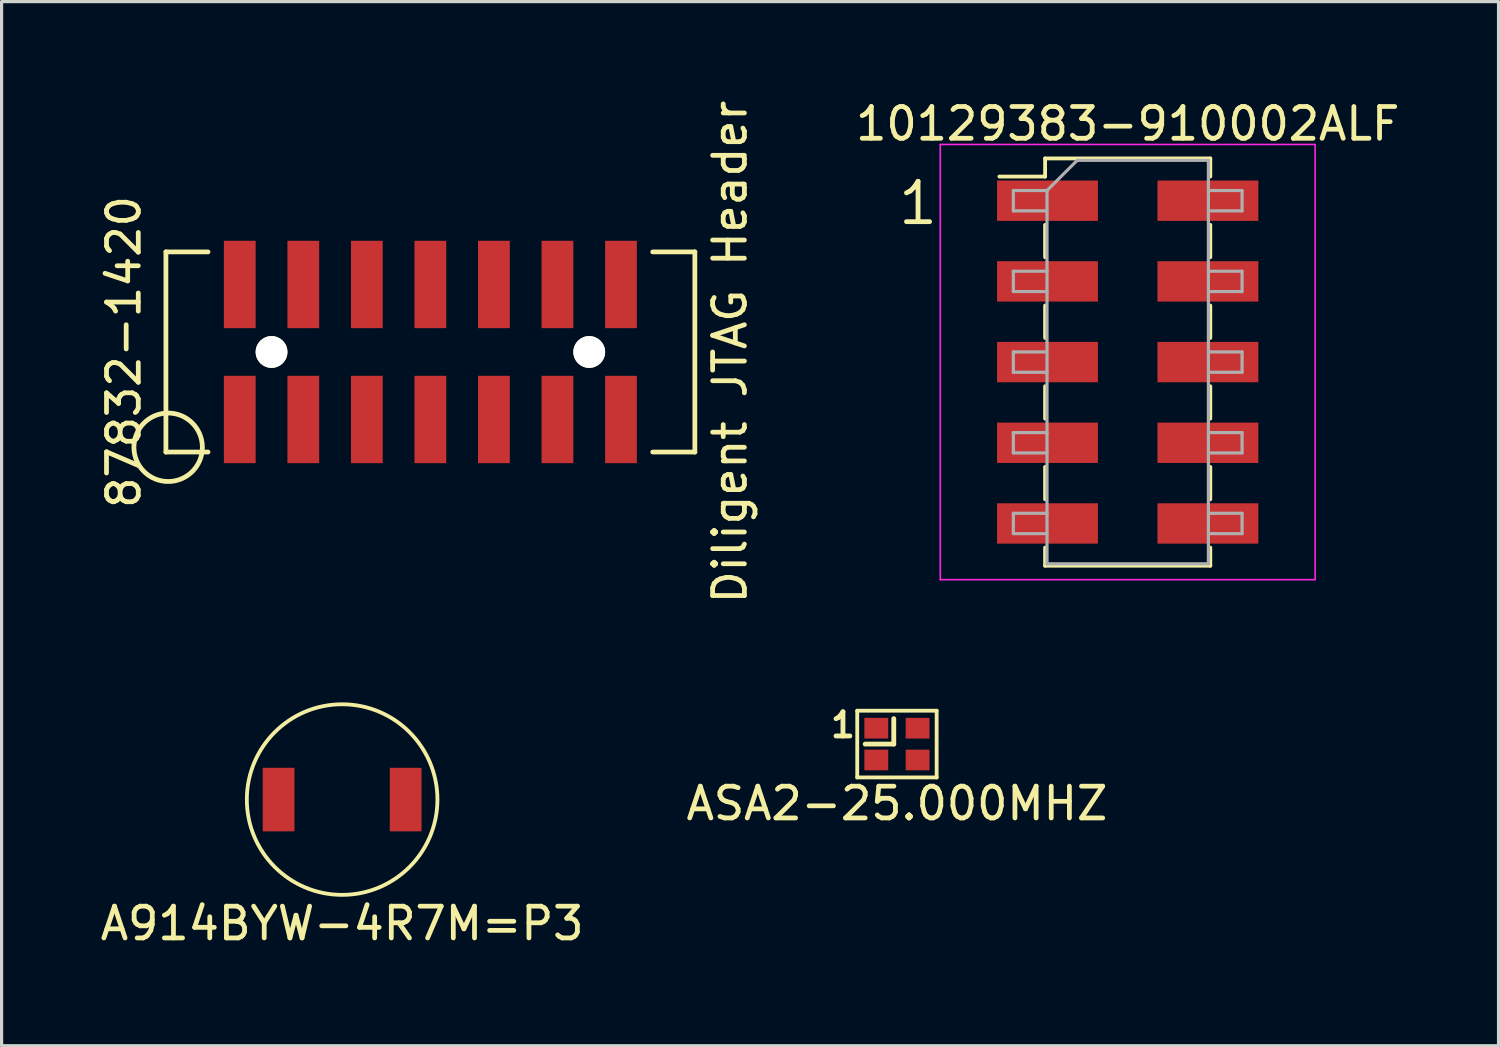
<source format=kicad_pcb>
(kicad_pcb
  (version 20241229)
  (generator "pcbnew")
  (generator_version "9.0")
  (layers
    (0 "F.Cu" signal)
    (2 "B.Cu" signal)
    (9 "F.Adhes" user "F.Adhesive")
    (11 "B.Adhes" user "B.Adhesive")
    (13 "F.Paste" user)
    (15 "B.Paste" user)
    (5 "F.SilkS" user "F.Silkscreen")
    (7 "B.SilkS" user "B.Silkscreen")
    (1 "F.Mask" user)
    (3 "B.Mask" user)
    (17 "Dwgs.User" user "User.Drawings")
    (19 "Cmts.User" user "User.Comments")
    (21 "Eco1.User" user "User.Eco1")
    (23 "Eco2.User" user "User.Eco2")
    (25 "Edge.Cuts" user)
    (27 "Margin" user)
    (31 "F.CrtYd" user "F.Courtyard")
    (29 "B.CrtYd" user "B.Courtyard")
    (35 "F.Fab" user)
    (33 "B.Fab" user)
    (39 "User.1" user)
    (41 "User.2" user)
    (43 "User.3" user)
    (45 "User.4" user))
  (footprint "A914BYW-4R7M=P3"
    (layer "F.Cu")
    (at 7.72 22.12)
    (property "Reference" "A914BYW-4R7M=P3" (at 0 3.9 0) (layer "F.SilkS") (effects (font (size 1 1) (thickness 0.15))))
    (attr through_hole)
    (fp_circle (center 0 0) (end 3 0) (stroke (width 0.12) (type solid)) (fill no) (layer "F.SilkS"))
    (pad "1" smd rect (at -2 0) (size 1 2) (layers "F.Cu" "F.Mask" "F.Paste"))
    (pad "2" smd rect (at 2 0) (size 1 2) (layers "F.Cu" "F.Mask" "F.Paste")))
  (footprint "87832-1420"
    (layer "F.Cu")
    (at 10.498 8.03)
    (property "Reference" "87832-1420" (at -9.65 0 90) (layer "F.SilkS") (effects (font (size 1 1) (thickness 0.15))))
    (attr through_hole)
    (fp_line (start -8.325 -3.15) (end -8.325 3.15) (stroke (width 0.15) (type solid)) (layer "F.SilkS"))
    (fp_line (start -8.325 -3.15) (end -7 -3.15) (stroke (width 0.15) (type solid)) (layer "F.SilkS"))
    (fp_line (start -8.325 3.15) (end -7 3.15) (stroke (width 0.15) (type solid)) (layer "F.SilkS"))
    (fp_line (start 8.325 -3.15) (end 7 -3.15) (stroke (width 0.15) (type solid)) (layer "F.SilkS"))
    (fp_line (start 8.325 -3.15) (end 8.325 3.15) (stroke (width 0.15) (type solid)) (layer "F.SilkS"))
    (fp_line (start 8.325 3.15) (end 7 3.15) (stroke (width 0.15) (type solid)) (layer "F.SilkS"))
    (fp_circle (center -8.255 3) (end -7.493 2.238) (stroke (width 0.15) (type solid)) (fill no) (layer "F.SilkS"))
    (fp_text user "Diligent JTAG Header" (at 9.43 0 270) (layer "F.SilkS") (effects (font (size 1 1) (thickness 0.15))))
    (pad "" np_thru_hole circle (at -5 0) (size 1 1) (drill 1) (layers "*.Cu" "*.Mask" "F.SilkS"))
    (pad "" np_thru_hole circle (at 5 0) (size 1 1) (drill 1) (layers "*.Cu" "*.Mask" "F.SilkS"))
    (pad "1" smd rect (at -6 2.125) (size 1 2.75) (layers "F.Cu" "F.Mask" "F.Paste"))
    (pad "2" smd rect (at -6 -2.125) (size 1 2.75) (layers "F.Cu" "F.Mask" "F.Paste"))
    (pad "3" smd rect (at -4 2.125) (size 1 2.75) (layers "F.Cu" "F.Mask" "F.Paste"))
    (pad "4" smd rect (at -4 -2.125) (size 1 2.75) (layers "F.Cu" "F.Mask" "F.Paste"))
    (pad "5" smd rect (at -2 2.125) (size 1 2.75) (layers "F.Cu" "F.Mask" "F.Paste"))
    (pad "6" smd rect (at -2 -2.125) (size 1 2.75) (layers "F.Cu" "F.Mask" "F.Paste"))
    (pad "7" smd rect (at 0 2.125) (size 1 2.75) (layers "F.Cu" "F.Mask" "F.Paste"))
    (pad "8" smd rect (at 0 -2.125) (size 1 2.75) (layers "F.Cu" "F.Mask" "F.Paste"))
    (pad "9" smd rect (at 2 2.125) (size 1 2.75) (layers "F.Cu" "F.Mask" "F.Paste"))
    (pad "10" smd rect (at 2 -2.125) (size 1 2.75) (layers "F.Cu" "F.Mask" "F.Paste"))
    (pad "11" smd rect (at 4 2.125) (size 1 2.75) (layers "F.Cu" "F.Mask" "F.Paste"))
    (pad "12" smd rect (at 4 -2.125) (size 1 2.75) (layers "F.Cu" "F.Mask" "F.Paste"))
    (pad "13" smd rect (at 6 2.125) (size 1 2.75) (layers "F.Cu" "F.Mask" "F.Paste"))
    (pad "14" smd rect (at 6 -2.125) (size 1 2.75) (layers "F.Cu" "F.Mask" "F.Paste")))
  (footprint "10129383-910002ALF"
    (layer "F.Cu")
    (at 32.449 8.348)
    (property "Reference" "10129383-910002ALF" (at 0 -7.5 0) (layer "F.SilkS") (effects (font (size 1 1) (thickness 0.15))))
    (attr through_hole)
    (fp_line (start -4.04 -5.84) (end -2.6 -5.84) (stroke (width 0.12) (type solid)) (layer "F.SilkS"))
    (fp_line (start -2.6 -6.41) (end -2.6 -5.84) (stroke (width 0.12) (type solid)) (layer "F.SilkS"))
    (fp_line (start -2.6 -6.41) (end 2.6 -6.41) (stroke (width 0.12) (type solid)) (layer "F.SilkS"))
    (fp_line (start -2.6 -4.32) (end -2.6 -3.3) (stroke (width 0.12) (type solid)) (layer "F.SilkS"))
    (fp_line (start -2.6 -1.78) (end -2.6 -0.76) (stroke (width 0.12) (type solid)) (layer "F.SilkS"))
    (fp_line (start -2.6 0.76) (end -2.6 1.78) (stroke (width 0.12) (type solid)) (layer "F.SilkS"))
    (fp_line (start -2.6 3.3) (end -2.6 4.32) (stroke (width 0.12) (type solid)) (layer "F.SilkS"))
    (fp_line (start -2.6 5.84) (end -2.6 6.41) (stroke (width 0.12) (type solid)) (layer "F.SilkS"))
    (fp_line (start -2.6 6.41) (end 2.6 6.41) (stroke (width 0.12) (type solid)) (layer "F.SilkS"))
    (fp_line (start 2.6 -6.41) (end 2.6 -5.84) (stroke (width 0.12) (type solid)) (layer "F.SilkS"))
    (fp_line (start 2.6 -4.32) (end 2.6 -3.3) (stroke (width 0.12) (type solid)) (layer "F.SilkS"))
    (fp_line (start 2.6 -1.78) (end 2.6 -0.76) (stroke (width 0.12) (type solid)) (layer "F.SilkS"))
    (fp_line (start 2.6 0.76) (end 2.6 1.78) (stroke (width 0.12) (type solid)) (layer "F.SilkS"))
    (fp_line (start 2.6 3.3) (end 2.6 4.32) (stroke (width 0.12) (type solid)) (layer "F.SilkS"))
    (fp_line (start 2.6 5.84) (end 2.6 6.41) (stroke (width 0.12) (type solid)) (layer "F.SilkS"))
    (fp_line (start -5.9 -6.85) (end -5.9 6.85) (stroke (width 0.05) (type solid)) (layer "F.CrtYd"))
    (fp_line (start -5.9 6.85) (end 5.9 6.85) (stroke (width 0.05) (type solid)) (layer "F.CrtYd"))
    (fp_line (start 5.9 -6.85) (end -5.9 -6.85) (stroke (width 0.05) (type solid)) (layer "F.CrtYd"))
    (fp_line (start 5.9 6.85) (end 5.9 -6.85) (stroke (width 0.05) (type solid)) (layer "F.CrtYd"))
    (fp_line (start -3.6 -5.4) (end -3.6 -4.76) (stroke (width 0.1) (type solid)) (layer "F.Fab"))
    (fp_line (start -3.6 -4.76) (end -2.54 -4.76) (stroke (width 0.1) (type solid)) (layer "F.Fab"))
    (fp_line (start -3.6 -2.86) (end -3.6 -2.22) (stroke (width 0.1) (type solid)) (layer "F.Fab"))
    (fp_line (start -3.6 -2.22) (end -2.54 -2.22) (stroke (width 0.1) (type solid)) (layer "F.Fab"))
    (fp_line (start -3.6 -0.32) (end -3.6 0.32) (stroke (width 0.1) (type solid)) (layer "F.Fab"))
    (fp_line (start -3.6 0.32) (end -2.54 0.32) (stroke (width 0.1) (type solid)) (layer "F.Fab"))
    (fp_line (start -3.6 2.22) (end -3.6 2.86) (stroke (width 0.1) (type solid)) (layer "F.Fab"))
    (fp_line (start -3.6 2.86) (end -2.54 2.86) (stroke (width 0.1) (type solid)) (layer "F.Fab"))
    (fp_line (start -3.6 4.76) (end -3.6 5.4) (stroke (width 0.1) (type solid)) (layer "F.Fab"))
    (fp_line (start -3.6 5.4) (end -2.54 5.4) (stroke (width 0.1) (type solid)) (layer "F.Fab"))
    (fp_line (start -2.54 -5.4) (end -3.6 -5.4) (stroke (width 0.1) (type solid)) (layer "F.Fab"))
    (fp_line (start -2.54 -5.4) (end -1.59 -6.35) (stroke (width 0.1) (type solid)) (layer "F.Fab"))
    (fp_line (start -2.54 -2.86) (end -3.6 -2.86) (stroke (width 0.1) (type solid)) (layer "F.Fab"))
    (fp_line (start -2.54 -0.32) (end -3.6 -0.32) (stroke (width 0.1) (type solid)) (layer "F.Fab"))
    (fp_line (start -2.54 2.22) (end -3.6 2.22) (stroke (width 0.1) (type solid)) (layer "F.Fab"))
    (fp_line (start -2.54 4.76) (end -3.6 4.76) (stroke (width 0.1) (type solid)) (layer "F.Fab"))
    (fp_line (start -2.54 6.35) (end -2.54 -5.4) (stroke (width 0.1) (type solid)) (layer "F.Fab"))
    (fp_line (start -1.59 -6.35) (end 2.54 -6.35) (stroke (width 0.1) (type solid)) (layer "F.Fab"))
    (fp_line (start 2.54 -6.35) (end 2.54 6.35) (stroke (width 0.1) (type solid)) (layer "F.Fab"))
    (fp_line (start 2.54 -5.4) (end 3.6 -5.4) (stroke (width 0.1) (type solid)) (layer "F.Fab"))
    (fp_line (start 2.54 -2.86) (end 3.6 -2.86) (stroke (width 0.1) (type solid)) (layer "F.Fab"))
    (fp_line (start 2.54 -0.32) (end 3.6 -0.32) (stroke (width 0.1) (type solid)) (layer "F.Fab"))
    (fp_line (start 2.54 2.22) (end 3.6 2.22) (stroke (width 0.1) (type solid)) (layer "F.Fab"))
    (fp_line (start 2.54 4.76) (end 3.6 4.76) (stroke (width 0.1) (type solid)) (layer "F.Fab"))
    (fp_line (start 2.54 6.35) (end -2.54 6.35) (stroke (width 0.1) (type solid)) (layer "F.Fab"))
    (fp_line (start 3.6 -5.4) (end 3.6 -4.76) (stroke (width 0.1) (type solid)) (layer "F.Fab"))
    (fp_line (start 3.6 -4.76) (end 2.54 -4.76) (stroke (width 0.1) (type solid)) (layer "F.Fab"))
    (fp_line (start 3.6 -2.86) (end 3.6 -2.22) (stroke (width 0.1) (type solid)) (layer "F.Fab"))
    (fp_line (start 3.6 -2.22) (end 2.54 -2.22) (stroke (width 0.1) (type solid)) (layer "F.Fab"))
    (fp_line (start 3.6 -0.32) (end 3.6 0.32) (stroke (width 0.1) (type solid)) (layer "F.Fab"))
    (fp_line (start 3.6 0.32) (end 2.54 0.32) (stroke (width 0.1) (type solid)) (layer "F.Fab"))
    (fp_line (start 3.6 2.22) (end 3.6 2.86) (stroke (width 0.1) (type solid)) (layer "F.Fab"))
    (fp_line (start 3.6 2.86) (end 2.54 2.86) (stroke (width 0.1) (type solid)) (layer "F.Fab"))
    (fp_line (start 3.6 4.76) (end 3.6 5.4) (stroke (width 0.1) (type solid)) (layer "F.Fab"))
    (fp_line (start 3.6 5.4) (end 2.54 5.4) (stroke (width 0.1) (type solid)) (layer "F.Fab"))
    (fp_text user "1" (at -6.6 -5 0) (layer "F.SilkS") (effects (font (size 1.27 1.27) (thickness 0.152))))
    (pad "1" smd rect (at -2.525 -5.08) (size 3.175 1.27) (layers "F.Cu" "F.Mask" "F.Paste"))
    (pad "2" smd rect (at 2.525 -5.08) (size 3.175 1.27) (layers "F.Cu" "F.Mask" "F.Paste"))
    (pad "3" smd rect (at -2.525 -2.54) (size 3.175 1.27) (layers "F.Cu" "F.Mask" "F.Paste"))
    (pad "4" smd rect (at 2.525 -2.54) (size 3.175 1.27) (layers "F.Cu" "F.Mask" "F.Paste"))
    (pad "5" smd rect (at -2.525 0) (size 3.175 1.27) (layers "F.Cu" "F.Mask" "F.Paste"))
    (pad "6" smd rect (at 2.525 0) (size 3.175 1.27) (layers "F.Cu" "F.Mask" "F.Paste"))
    (pad "7" smd rect (at -2.525 2.54) (size 3.175 1.27) (layers "F.Cu" "F.Mask" "F.Paste"))
    (pad "8" smd rect (at 2.525 2.54) (size 3.175 1.27) (layers "F.Cu" "F.Mask" "F.Paste"))
    (pad "9" smd rect (at -2.525 5.08) (size 3.175 1.27) (layers "F.Cu" "F.Mask" "F.Paste"))
    (pad "10" smd rect (at 2.525 5.08) (size 3.175 1.27) (layers "F.Cu" "F.Mask" "F.Paste")))
  (footprint "ASA2-25.000MHZ"
    (layer "F.Cu")
    (at 25.185 20.373)
    (property "Reference" "ASA2-25.000MHZ" (at 0 1.87 0) (layer "F.SilkS") (effects (font (size 1 1) (thickness 0.15))))
    (attr through_hole)
    (fp_line (start -1.25 -1.05) (end 1.25 -1.05) (stroke (width 0.12) (type solid)) (layer "F.SilkS"))
    (fp_line (start -1.25 1.05) (end -1.25 -1.05) (stroke (width 0.12) (type solid)) (layer "F.SilkS"))
    (fp_line (start -0.1 -0.8) (end -0.1 0) (stroke (width 0.152) (type solid)) (layer "F.SilkS"))
    (fp_line (start -0.1 0) (end -1 0) (stroke (width 0.152) (type solid)) (layer "F.SilkS"))
    (fp_line (start 1.25 -1.05) (end 1.25 1.05) (stroke (width 0.12) (type solid)) (layer "F.SilkS"))
    (fp_line (start 1.25 1.05) (end -1.25 1.05) (stroke (width 0.12) (type solid)) (layer "F.SilkS"))
    (fp_text user "1" (at -1.7 -0.6 0) (layer "F.SilkS") (effects (font (size 0.762 0.762) (thickness 0.152))))
    (pad "1" smd rect (at -0.65 -0.5) (size 0.75 0.65) (layers "F.Cu" "F.Mask" "F.Paste"))
    (pad "2" smd rect (at 0.65 -0.5) (size 0.75 0.65) (layers "F.Cu" "F.Mask" "F.Paste"))
    (pad "3" smd rect (at 0.65 0.5) (size 0.75 0.65) (layers "F.Cu" "F.Mask" "F.Paste"))
    (pad "4" smd rect (at -0.65 0.5) (size 0.75 0.65) (layers "F.Cu" "F.Mask" "F.Paste")))
  (gr_rect
    (start -3 -3)
    (end 44.122 29.868)
    (stroke (width 0.1) (type default))
    (fill no)
    (layer "Edge.Cuts")))
</source>
